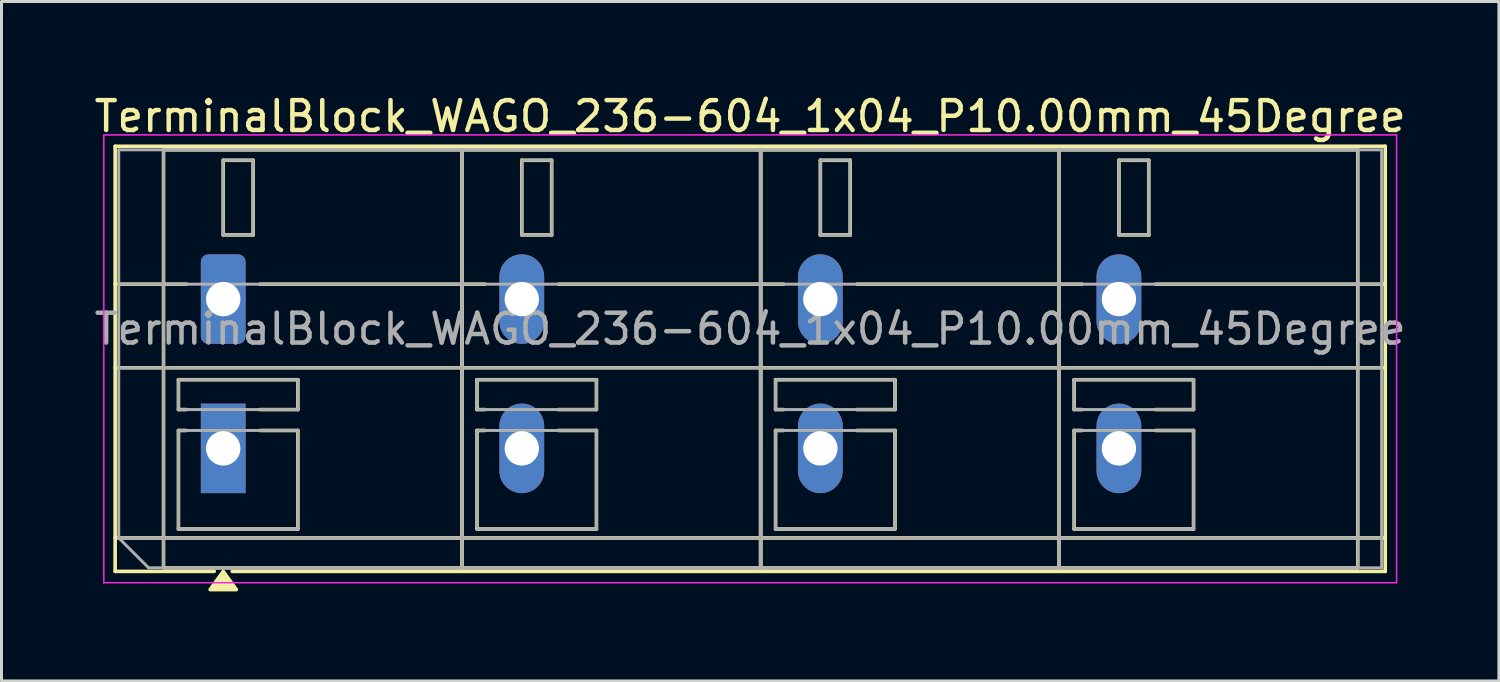
<source format=kicad_pcb>
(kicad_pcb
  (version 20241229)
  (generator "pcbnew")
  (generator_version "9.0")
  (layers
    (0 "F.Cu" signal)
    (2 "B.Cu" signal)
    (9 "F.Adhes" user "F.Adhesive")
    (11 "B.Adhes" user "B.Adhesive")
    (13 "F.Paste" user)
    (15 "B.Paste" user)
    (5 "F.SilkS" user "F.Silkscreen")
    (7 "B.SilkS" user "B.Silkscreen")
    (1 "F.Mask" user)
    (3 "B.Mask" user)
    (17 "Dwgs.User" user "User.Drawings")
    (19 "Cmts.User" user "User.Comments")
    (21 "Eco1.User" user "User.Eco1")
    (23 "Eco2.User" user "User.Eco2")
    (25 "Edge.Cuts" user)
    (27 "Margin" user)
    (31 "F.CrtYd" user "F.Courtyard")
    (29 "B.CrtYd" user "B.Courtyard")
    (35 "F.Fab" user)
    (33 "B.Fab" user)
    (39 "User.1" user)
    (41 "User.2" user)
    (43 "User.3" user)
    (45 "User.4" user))
  (footprint "TerminalBlock_WAGO_236-604_1x04_P10.00mm_45Degree"
    (layer "F.Cu")
    (at 4.427 6.968)
    (property "Reference" "TerminalBlock_WAGO_236-604_1x04_P10.00mm_45Degree" (at 17.65 -6.12 0) (layer "F.SilkS") (effects (font (size 1 1) (thickness 0.15))))
    (attr through_hole)
    (fp_line (start -3.62 -5.12) (end 38.92 -5.12) (stroke (width 0.12) (type solid)) (layer "F.SilkS"))
    (fp_line (start -3.62 -0.5) (end -1.23 -0.5) (stroke (width 0.12) (type solid)) (layer "F.SilkS"))
    (fp_line (start -3.62 2.3) (end 38.92 2.3) (stroke (width 0.12) (type solid)) (layer "F.SilkS"))
    (fp_line (start -3.62 8) (end 38.92 8) (stroke (width 0.12) (type solid)) (layer "F.SilkS"))
    (fp_line (start -3.62 9.12) (end -3.62 -5.12) (stroke (width 0.12) (type solid)) (layer "F.SilkS"))
    (fp_line (start -2 -5) (end 8 -5) (stroke (width 0.12) (type solid)) (layer "F.SilkS"))
    (fp_line (start -2 9) (end -2 -5) (stroke (width 0.12) (type solid)) (layer "F.SilkS"))
    (fp_line (start -1.5 2.7) (end 2.5 2.7) (stroke (width 0.12) (type solid)) (layer "F.SilkS"))
    (fp_line (start -1.5 3.7) (end -1.5 2.7) (stroke (width 0.12) (type solid)) (layer "F.SilkS"))
    (fp_line (start -1.5 4.4) (end -1.23 4.4) (stroke (width 0.12) (type solid)) (layer "F.SilkS"))
    (fp_line (start -1.5 7.7) (end -1.5 4.4) (stroke (width 0.12) (type solid)) (layer "F.SilkS"))
    (fp_line (start -1.23 3.7) (end -1.5 3.7) (stroke (width 0.12) (type solid)) (layer "F.SilkS"))
    (fp_line (start -0.3 9.12) (end -3.62 9.12) (stroke (width 0.12) (type solid)) (layer "F.SilkS"))
    (fp_line (start 0 -4.65) (end 1 -4.65) (stroke (width 0.12) (type solid)) (layer "F.SilkS"))
    (fp_line (start 0 -2.15) (end 0 -4.65) (stroke (width 0.12) (type solid)) (layer "F.SilkS"))
    (fp_line (start 1 -4.65) (end 1 -2.15) (stroke (width 0.12) (type solid)) (layer "F.SilkS"))
    (fp_line (start 1 -2.15) (end 0 -2.15) (stroke (width 0.12) (type solid)) (layer "F.SilkS"))
    (fp_line (start 1.23 -0.5) (end 8.77 -0.5) (stroke (width 0.12) (type solid)) (layer "F.SilkS"))
    (fp_line (start 1.23 4.4) (end 2.5 4.4) (stroke (width 0.12) (type solid)) (layer "F.SilkS"))
    (fp_line (start 2.5 2.7) (end 2.5 3.7) (stroke (width 0.12) (type solid)) (layer "F.SilkS"))
    (fp_line (start 2.5 3.7) (end 1.23 3.7) (stroke (width 0.12) (type solid)) (layer "F.SilkS"))
    (fp_line (start 2.5 4.4) (end 2.5 7.7) (stroke (width 0.12) (type solid)) (layer "F.SilkS"))
    (fp_line (start 2.5 7.7) (end -1.5 7.7) (stroke (width 0.12) (type solid)) (layer "F.SilkS"))
    (fp_line (start 8 -5) (end 8 9) (stroke (width 0.12) (type solid)) (layer "F.SilkS"))
    (fp_line (start 8 -5) (end 18 -5) (stroke (width 0.12) (type solid)) (layer "F.SilkS"))
    (fp_line (start 8 9) (end -2 9) (stroke (width 0.12) (type solid)) (layer "F.SilkS"))
    (fp_line (start 8 9) (end 8 -5) (stroke (width 0.12) (type solid)) (layer "F.SilkS"))
    (fp_line (start 8.5 2.7) (end 12.5 2.7) (stroke (width 0.12) (type solid)) (layer "F.SilkS"))
    (fp_line (start 8.5 3.7) (end 8.5 2.7) (stroke (width 0.12) (type solid)) (layer "F.SilkS"))
    (fp_line (start 8.5 4.4) (end 8.77 4.4) (stroke (width 0.12) (type solid)) (layer "F.SilkS"))
    (fp_line (start 8.5 7.7) (end 8.5 4.4) (stroke (width 0.12) (type solid)) (layer "F.SilkS"))
    (fp_line (start 8.77 3.7) (end 8.5 3.7) (stroke (width 0.12) (type solid)) (layer "F.SilkS"))
    (fp_line (start 10 -4.65) (end 11 -4.65) (stroke (width 0.12) (type solid)) (layer "F.SilkS"))
    (fp_line (start 10 -2.15) (end 10 -4.65) (stroke (width 0.12) (type solid)) (layer "F.SilkS"))
    (fp_line (start 11 -4.65) (end 11 -2.15) (stroke (width 0.12) (type solid)) (layer "F.SilkS"))
    (fp_line (start 11 -2.15) (end 10 -2.15) (stroke (width 0.12) (type solid)) (layer "F.SilkS"))
    (fp_line (start 11.23 -0.5) (end 18.77 -0.5) (stroke (width 0.12) (type solid)) (layer "F.SilkS"))
    (fp_line (start 11.23 4.4) (end 12.5 4.4) (stroke (width 0.12) (type solid)) (layer "F.SilkS"))
    (fp_line (start 12.5 2.7) (end 12.5 3.7) (stroke (width 0.12) (type solid)) (layer "F.SilkS"))
    (fp_line (start 12.5 3.7) (end 11.23 3.7) (stroke (width 0.12) (type solid)) (layer "F.SilkS"))
    (fp_line (start 12.5 4.4) (end 12.5 7.7) (stroke (width 0.12) (type solid)) (layer "F.SilkS"))
    (fp_line (start 12.5 7.7) (end 8.5 7.7) (stroke (width 0.12) (type solid)) (layer "F.SilkS"))
    (fp_line (start 18 -5) (end 18 9) (stroke (width 0.12) (type solid)) (layer "F.SilkS"))
    (fp_line (start 18 -5) (end 28 -5) (stroke (width 0.12) (type solid)) (layer "F.SilkS"))
    (fp_line (start 18 9) (end 8 9) (stroke (width 0.12) (type solid)) (layer "F.SilkS"))
    (fp_line (start 18 9) (end 18 -5) (stroke (width 0.12) (type solid)) (layer "F.SilkS"))
    (fp_line (start 18.5 2.7) (end 22.5 2.7) (stroke (width 0.12) (type solid)) (layer "F.SilkS"))
    (fp_line (start 18.5 3.7) (end 18.5 2.7) (stroke (width 0.12) (type solid)) (layer "F.SilkS"))
    (fp_line (start 18.5 4.4) (end 18.77 4.4) (stroke (width 0.12) (type solid)) (layer "F.SilkS"))
    (fp_line (start 18.5 7.7) (end 18.5 4.4) (stroke (width 0.12) (type solid)) (layer "F.SilkS"))
    (fp_line (start 18.77 3.7) (end 18.5 3.7) (stroke (width 0.12) (type solid)) (layer "F.SilkS"))
    (fp_line (start 20 -4.65) (end 21 -4.65) (stroke (width 0.12) (type solid)) (layer "F.SilkS"))
    (fp_line (start 20 -2.15) (end 20 -4.65) (stroke (width 0.12) (type solid)) (layer "F.SilkS"))
    (fp_line (start 21 -4.65) (end 21 -2.15) (stroke (width 0.12) (type solid)) (layer "F.SilkS"))
    (fp_line (start 21 -2.15) (end 20 -2.15) (stroke (width 0.12) (type solid)) (layer "F.SilkS"))
    (fp_line (start 21.23 -0.5) (end 28.77 -0.5) (stroke (width 0.12) (type solid)) (layer "F.SilkS"))
    (fp_line (start 21.23 4.4) (end 22.5 4.4) (stroke (width 0.12) (type solid)) (layer "F.SilkS"))
    (fp_line (start 22.5 2.7) (end 22.5 3.7) (stroke (width 0.12) (type solid)) (layer "F.SilkS"))
    (fp_line (start 22.5 3.7) (end 21.23 3.7) (stroke (width 0.12) (type solid)) (layer "F.SilkS"))
    (fp_line (start 22.5 4.4) (end 22.5 7.7) (stroke (width 0.12) (type solid)) (layer "F.SilkS"))
    (fp_line (start 22.5 7.7) (end 18.5 7.7) (stroke (width 0.12) (type solid)) (layer "F.SilkS"))
    (fp_line (start 28 -5) (end 28 9) (stroke (width 0.12) (type solid)) (layer "F.SilkS"))
    (fp_line (start 28 -5) (end 38 -5) (stroke (width 0.12) (type solid)) (layer "F.SilkS"))
    (fp_line (start 28 9) (end 18 9) (stroke (width 0.12) (type solid)) (layer "F.SilkS"))
    (fp_line (start 28 9) (end 28 -5) (stroke (width 0.12) (type solid)) (layer "F.SilkS"))
    (fp_line (start 28.5 2.7) (end 32.5 2.7) (stroke (width 0.12) (type solid)) (layer "F.SilkS"))
    (fp_line (start 28.5 3.7) (end 28.5 2.7) (stroke (width 0.12) (type solid)) (layer "F.SilkS"))
    (fp_line (start 28.5 4.4) (end 28.77 4.4) (stroke (width 0.12) (type solid)) (layer "F.SilkS"))
    (fp_line (start 28.5 7.7) (end 28.5 4.4) (stroke (width 0.12) (type solid)) (layer "F.SilkS"))
    (fp_line (start 28.77 3.7) (end 28.5 3.7) (stroke (width 0.12) (type solid)) (layer "F.SilkS"))
    (fp_line (start 30 -4.65) (end 31 -4.65) (stroke (width 0.12) (type solid)) (layer "F.SilkS"))
    (fp_line (start 30 -2.15) (end 30 -4.65) (stroke (width 0.12) (type solid)) (layer "F.SilkS"))
    (fp_line (start 31 -4.65) (end 31 -2.15) (stroke (width 0.12) (type solid)) (layer "F.SilkS"))
    (fp_line (start 31 -2.15) (end 30 -2.15) (stroke (width 0.12) (type solid)) (layer "F.SilkS"))
    (fp_line (start 31.23 -0.5) (end 38.92 -0.5) (stroke (width 0.12) (type solid)) (layer "F.SilkS"))
    (fp_line (start 31.23 4.4) (end 32.5 4.4) (stroke (width 0.12) (type solid)) (layer "F.SilkS"))
    (fp_line (start 32.5 2.7) (end 32.5 3.7) (stroke (width 0.12) (type solid)) (layer "F.SilkS"))
    (fp_line (start 32.5 3.7) (end 31.23 3.7) (stroke (width 0.12) (type solid)) (layer "F.SilkS"))
    (fp_line (start 32.5 4.4) (end 32.5 7.7) (stroke (width 0.12) (type solid)) (layer "F.SilkS"))
    (fp_line (start 32.5 7.7) (end 28.5 7.7) (stroke (width 0.12) (type solid)) (layer "F.SilkS"))
    (fp_line (start 38 -5) (end 38 9) (stroke (width 0.12) (type solid)) (layer "F.SilkS"))
    (fp_line (start 38 9) (end 28 9) (stroke (width 0.12) (type solid)) (layer "F.SilkS"))
    (fp_line (start 38.92 -5.12) (end 38.92 9.12) (stroke (width 0.12) (type solid)) (layer "F.SilkS"))
    (fp_line (start 38.92 9.12) (end 0.3 9.12) (stroke (width 0.12) (type solid)) (layer "F.SilkS"))
    (fp_poly (pts (xy 0 9.12) (xy 0.44 9.73) (xy -0.44 9.73)) (stroke (width 0.12) (type solid)) (fill yes) (layer "F.SilkS"))
    (fp_line (start -4 -5.5) (end -4 9.5) (stroke (width 0.05) (type solid)) (layer "F.CrtYd"))
    (fp_line (start -4 9.5) (end 39.3 9.5) (stroke (width 0.05) (type solid)) (layer "F.CrtYd"))
    (fp_line (start 39.3 -5.5) (end -4 -5.5) (stroke (width 0.05) (type solid)) (layer "F.CrtYd"))
    (fp_line (start 39.3 9.5) (end 39.3 -5.5) (stroke (width 0.05) (type solid)) (layer "F.CrtYd"))
    (fp_line (start -3.5 -5) (end 38.8 -5) (stroke (width 0.1) (type solid)) (layer "F.Fab"))
    (fp_line (start -3.5 -0.5) (end 38.8 -0.5) (stroke (width 0.1) (type solid)) (layer "F.Fab"))
    (fp_line (start -3.5 2.3) (end 38.8 2.3) (stroke (width 0.1) (type solid)) (layer "F.Fab"))
    (fp_line (start -3.5 8) (end -3.5 -5) (stroke (width 0.1) (type solid)) (layer "F.Fab"))
    (fp_line (start -3.5 8) (end 38.8 8) (stroke (width 0.1) (type solid)) (layer "F.Fab"))
    (fp_line (start -2.5 9) (end -3.5 8) (stroke (width 0.1) (type solid)) (layer "F.Fab"))
    (fp_line (start -2 -5) (end -2 9) (stroke (width 0.1) (type solid)) (layer "F.Fab"))
    (fp_line (start -2 9) (end 8 9) (stroke (width 0.1) (type solid)) (layer "F.Fab"))
    (fp_line (start -1.5 2.7) (end -1.5 3.7) (stroke (width 0.1) (type solid)) (layer "F.Fab"))
    (fp_line (start -1.5 3.7) (end 2.5 3.7) (stroke (width 0.1) (type solid)) (layer "F.Fab"))
    (fp_line (start -1.5 4.4) (end -1.5 7.7) (stroke (width 0.1) (type solid)) (layer "F.Fab"))
    (fp_line (start -1.5 7.7) (end 2.5 7.7) (stroke (width 0.1) (type solid)) (layer "F.Fab"))
    (fp_line (start 0 -4.65) (end 0 -2.15) (stroke (width 0.1) (type solid)) (layer "F.Fab"))
    (fp_line (start 0 -2.15) (end 1 -2.15) (stroke (width 0.1) (type solid)) (layer "F.Fab"))
    (fp_line (start 1 -4.65) (end 0 -4.65) (stroke (width 0.1) (type solid)) (layer "F.Fab"))
    (fp_line (start 1 -2.15) (end 1 -4.65) (stroke (width 0.1) (type solid)) (layer "F.Fab"))
    (fp_line (start 2.5 2.7) (end -1.5 2.7) (stroke (width 0.1) (type solid)) (layer "F.Fab"))
    (fp_line (start 2.5 3.7) (end 2.5 2.7) (stroke (width 0.1) (type solid)) (layer "F.Fab"))
    (fp_line (start 2.5 4.4) (end -1.5 4.4) (stroke (width 0.1) (type solid)) (layer "F.Fab"))
    (fp_line (start 2.5 7.7) (end 2.5 4.4) (stroke (width 0.1) (type solid)) (layer "F.Fab"))
    (fp_line (start 8 -5) (end -2 -5) (stroke (width 0.1) (type solid)) (layer "F.Fab"))
    (fp_line (start 8 -5) (end 8 9) (stroke (width 0.1) (type solid)) (layer "F.Fab"))
    (fp_line (start 8 9) (end 8 -5) (stroke (width 0.1) (type solid)) (layer "F.Fab"))
    (fp_line (start 8 9) (end 18 9) (stroke (width 0.1) (type solid)) (layer "F.Fab"))
    (fp_line (start 8.5 2.7) (end 8.5 3.7) (stroke (width 0.1) (type solid)) (layer "F.Fab"))
    (fp_line (start 8.5 3.7) (end 12.5 3.7) (stroke (width 0.1) (type solid)) (layer "F.Fab"))
    (fp_line (start 8.5 4.4) (end 8.5 7.7) (stroke (width 0.1) (type solid)) (layer "F.Fab"))
    (fp_line (start 8.5 7.7) (end 12.5 7.7) (stroke (width 0.1) (type solid)) (layer "F.Fab"))
    (fp_line (start 10 -4.65) (end 10 -2.15) (stroke (width 0.1) (type solid)) (layer "F.Fab"))
    (fp_line (start 10 -2.15) (end 11 -2.15) (stroke (width 0.1) (type solid)) (layer "F.Fab"))
    (fp_line (start 11 -4.65) (end 10 -4.65) (stroke (width 0.1) (type solid)) (layer "F.Fab"))
    (fp_line (start 11 -2.15) (end 11 -4.65) (stroke (width 0.1) (type solid)) (layer "F.Fab"))
    (fp_line (start 12.5 2.7) (end 8.5 2.7) (stroke (width 0.1) (type solid)) (layer "F.Fab"))
    (fp_line (start 12.5 3.7) (end 12.5 2.7) (stroke (width 0.1) (type solid)) (layer "F.Fab"))
    (fp_line (start 12.5 4.4) (end 8.5 4.4) (stroke (width 0.1) (type solid)) (layer "F.Fab"))
    (fp_line (start 12.5 7.7) (end 12.5 4.4) (stroke (width 0.1) (type solid)) (layer "F.Fab"))
    (fp_line (start 18 -5) (end 8 -5) (stroke (width 0.1) (type solid)) (layer "F.Fab"))
    (fp_line (start 18 -5) (end 18 9) (stroke (width 0.1) (type solid)) (layer "F.Fab"))
    (fp_line (start 18 9) (end 18 -5) (stroke (width 0.1) (type solid)) (layer "F.Fab"))
    (fp_line (start 18 9) (end 28 9) (stroke (width 0.1) (type solid)) (layer "F.Fab"))
    (fp_line (start 18.5 2.7) (end 18.5 3.7) (stroke (width 0.1) (type solid)) (layer "F.Fab"))
    (fp_line (start 18.5 3.7) (end 22.5 3.7) (stroke (width 0.1) (type solid)) (layer "F.Fab"))
    (fp_line (start 18.5 4.4) (end 18.5 7.7) (stroke (width 0.1) (type solid)) (layer "F.Fab"))
    (fp_line (start 18.5 7.7) (end 22.5 7.7) (stroke (width 0.1) (type solid)) (layer "F.Fab"))
    (fp_line (start 20 -4.65) (end 20 -2.15) (stroke (width 0.1) (type solid)) (layer "F.Fab"))
    (fp_line (start 20 -2.15) (end 21 -2.15) (stroke (width 0.1) (type solid)) (layer "F.Fab"))
    (fp_line (start 21 -4.65) (end 20 -4.65) (stroke (width 0.1) (type solid)) (layer "F.Fab"))
    (fp_line (start 21 -2.15) (end 21 -4.65) (stroke (width 0.1) (type solid)) (layer "F.Fab"))
    (fp_line (start 22.5 2.7) (end 18.5 2.7) (stroke (width 0.1) (type solid)) (layer "F.Fab"))
    (fp_line (start 22.5 3.7) (end 22.5 2.7) (stroke (width 0.1) (type solid)) (layer "F.Fab"))
    (fp_line (start 22.5 4.4) (end 18.5 4.4) (stroke (width 0.1) (type solid)) (layer "F.Fab"))
    (fp_line (start 22.5 7.7) (end 22.5 4.4) (stroke (width 0.1) (type solid)) (layer "F.Fab"))
    (fp_line (start 28 -5) (end 18 -5) (stroke (width 0.1) (type solid)) (layer "F.Fab"))
    (fp_line (start 28 -5) (end 28 9) (stroke (width 0.1) (type solid)) (layer "F.Fab"))
    (fp_line (start 28 9) (end 28 -5) (stroke (width 0.1) (type solid)) (layer "F.Fab"))
    (fp_line (start 28 9) (end 38 9) (stroke (width 0.1) (type solid)) (layer "F.Fab"))
    (fp_line (start 28.5 2.7) (end 28.5 3.7) (stroke (width 0.1) (type solid)) (layer "F.Fab"))
    (fp_line (start 28.5 3.7) (end 32.5 3.7) (stroke (width 0.1) (type solid)) (layer "F.Fab"))
    (fp_line (start 28.5 4.4) (end 28.5 7.7) (stroke (width 0.1) (type solid)) (layer "F.Fab"))
    (fp_line (start 28.5 7.7) (end 32.5 7.7) (stroke (width 0.1) (type solid)) (layer "F.Fab"))
    (fp_line (start 30 -4.65) (end 30 -2.15) (stroke (width 0.1) (type solid)) (layer "F.Fab"))
    (fp_line (start 30 -2.15) (end 31 -2.15) (stroke (width 0.1) (type solid)) (layer "F.Fab"))
    (fp_line (start 31 -4.65) (end 30 -4.65) (stroke (width 0.1) (type solid)) (layer "F.Fab"))
    (fp_line (start 31 -2.15) (end 31 -4.65) (stroke (width 0.1) (type solid)) (layer "F.Fab"))
    (fp_line (start 32.5 2.7) (end 28.5 2.7) (stroke (width 0.1) (type solid)) (layer "F.Fab"))
    (fp_line (start 32.5 3.7) (end 32.5 2.7) (stroke (width 0.1) (type solid)) (layer "F.Fab"))
    (fp_line (start 32.5 4.4) (end 28.5 4.4) (stroke (width 0.1) (type solid)) (layer "F.Fab"))
    (fp_line (start 32.5 7.7) (end 32.5 4.4) (stroke (width 0.1) (type solid)) (layer "F.Fab"))
    (fp_line (start 38 -5) (end 28 -5) (stroke (width 0.1) (type solid)) (layer "F.Fab"))
    (fp_line (start 38 9) (end 38 -5) (stroke (width 0.1) (type solid)) (layer "F.Fab"))
    (fp_line (start 38.8 -5) (end 38.8 9) (stroke (width 0.1) (type solid)) (layer "F.Fab"))
    (fp_line (start 38.8 9) (end -2.5 9) (stroke (width 0.1) (type solid)) (layer "F.Fab"))
    (fp_text user "${REFERENCE}" (at 17.65 1 0) (layer "F.Fab") (effects (font (size 1 1) (thickness 0.15))))
    (pad "1" thru_hole roundrect (at 0 0) (size 1.5 3) (drill 1.15) (layers "*.Cu" "*.Mask") (roundrect_rratio 0.167))
    (pad "1" thru_hole rect (at 0 5) (size 1.5 3) (drill 1.15) (layers "*.Cu" "*.Mask"))
    (pad "2" thru_hole oval (at 10 0) (size 1.5 3) (drill 1.15) (layers "*.Cu" "*.Mask"))
    (pad "2" thru_hole oval (at 10 5) (size 1.5 3) (drill 1.15) (layers "*.Cu" "*.Mask"))
    (pad "3" thru_hole oval (at 20 0) (size 1.5 3) (drill 1.15) (layers "*.Cu" "*.Mask"))
    (pad "3" thru_hole oval (at 20 5) (size 1.5 3) (drill 1.15) (layers "*.Cu" "*.Mask"))
    (pad "4" thru_hole oval (at 30 0) (size 1.5 3) (drill 1.15) (layers "*.Cu" "*.Mask"))
    (pad "4" thru_hole oval (at 30 5) (size 1.5 3) (drill 1.15) (layers "*.Cu" "*.Mask")))
  (gr_rect
    (start -3 -3)
    (end 47.155 19.758)
    (stroke (width 0.1) (type default))
    (fill no)
    (layer "Edge.Cuts")))
</source>
